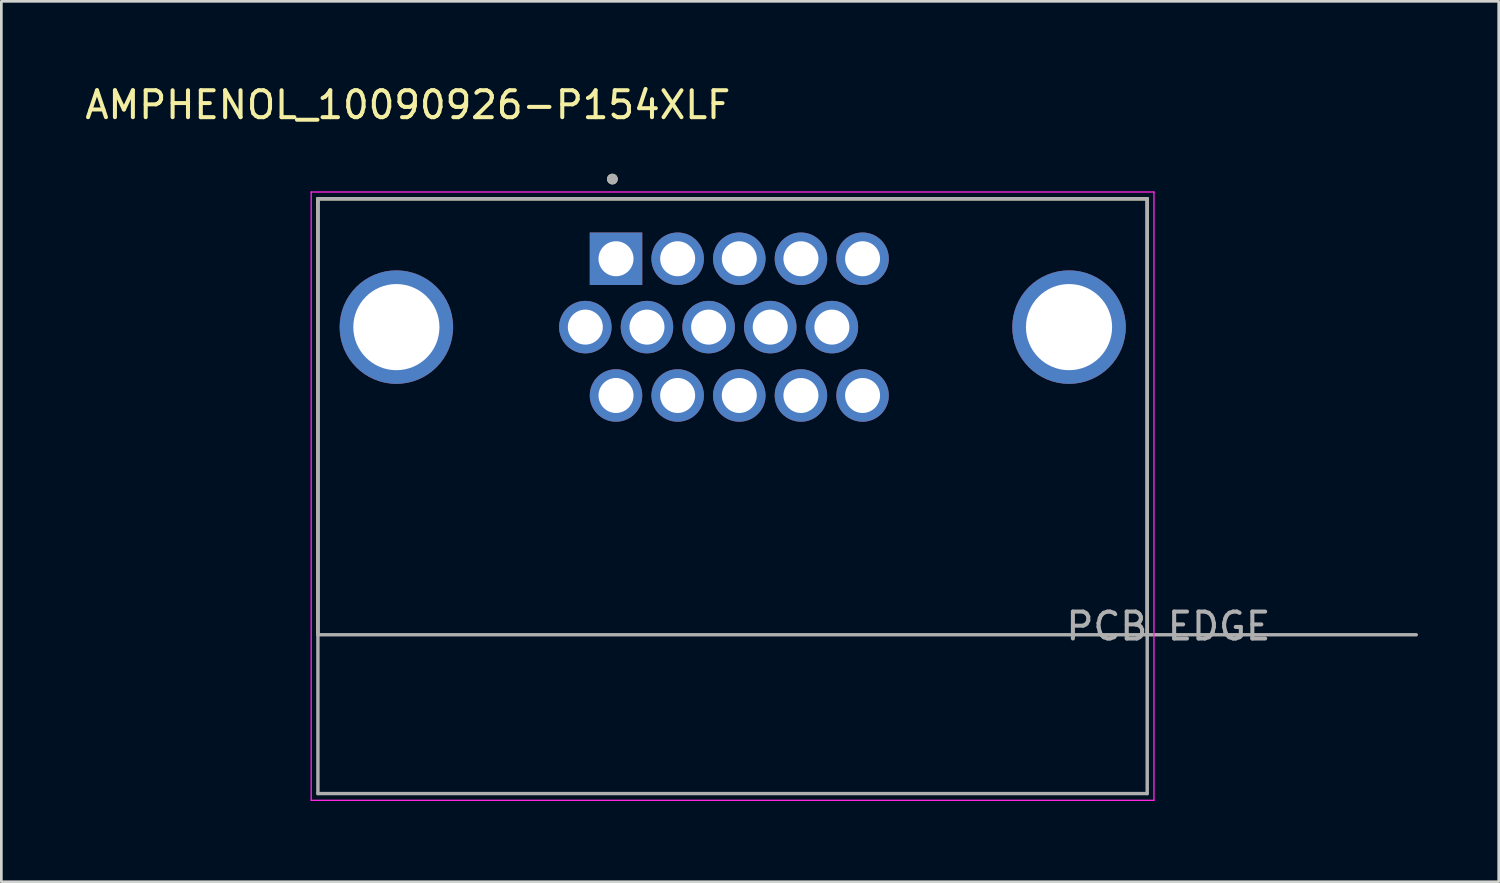
<source format=kicad_pcb>
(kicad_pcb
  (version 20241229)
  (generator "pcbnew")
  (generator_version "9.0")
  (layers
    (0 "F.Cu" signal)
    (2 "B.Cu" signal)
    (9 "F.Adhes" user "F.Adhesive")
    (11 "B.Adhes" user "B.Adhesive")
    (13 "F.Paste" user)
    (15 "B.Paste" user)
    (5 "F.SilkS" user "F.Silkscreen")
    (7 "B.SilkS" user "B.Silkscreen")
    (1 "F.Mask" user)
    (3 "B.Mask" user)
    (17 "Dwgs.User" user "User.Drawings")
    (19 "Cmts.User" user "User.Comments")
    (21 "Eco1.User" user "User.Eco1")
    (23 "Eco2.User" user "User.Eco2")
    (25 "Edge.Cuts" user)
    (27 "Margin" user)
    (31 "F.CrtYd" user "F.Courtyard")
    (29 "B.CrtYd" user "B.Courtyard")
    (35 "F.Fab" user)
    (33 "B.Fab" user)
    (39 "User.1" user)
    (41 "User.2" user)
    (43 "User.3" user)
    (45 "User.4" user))
  (footprint "AMPHENOL_10090926-P154XLF"
    (layer "F.Cu")
    (at 24.166 9.103)
    (property "Reference" "AMPHENOL_10090926-P154XLF" (at -12.065 -8.255 0) (layer "F.SilkS") (effects (font (size 1 1) (thickness 0.15))))
    (attr through_hole)
    (fp_line (start -15.405 -4.77) (end 15.405 -4.77) (stroke (width 0.127) (type solid)) (layer "F.SilkS"))
    (fp_line (start -15.405 11.43) (end -15.405 -4.77) (stroke (width 0.127) (type solid)) (layer "F.SilkS"))
    (fp_line (start 15.405 -4.77) (end 15.405 11.43) (stroke (width 0.127) (type solid)) (layer "F.SilkS"))
    (fp_circle (center -4.465 -5.5) (end -4.365 -5.5) (stroke (width 0.2) (type solid)) (fill no) (layer "F.SilkS"))
    (fp_line (start -15.655 -5.02) (end 15.655 -5.02) (stroke (width 0.05) (type solid)) (layer "F.CrtYd"))
    (fp_line (start -15.655 17.58) (end -15.655 -5.02) (stroke (width 0.05) (type solid)) (layer "F.CrtYd"))
    (fp_line (start 15.655 -5.02) (end 15.655 17.58) (stroke (width 0.05) (type solid)) (layer "F.CrtYd"))
    (fp_line (start 15.655 17.58) (end -15.655 17.58) (stroke (width 0.05) (type solid)) (layer "F.CrtYd"))
    (fp_line (start -15.405 -4.77) (end 15.405 -4.77) (stroke (width 0.127) (type solid)) (layer "F.Fab"))
    (fp_line (start -15.405 11.43) (end -15.405 -4.77) (stroke (width 0.127) (type solid)) (layer "F.Fab"))
    (fp_line (start -15.405 11.43) (end -15.405 17.33) (stroke (width 0.127) (type solid)) (layer "F.Fab"))
    (fp_line (start -15.405 17.33) (end 15.405 17.33) (stroke (width 0.127) (type solid)) (layer "F.Fab"))
    (fp_line (start 15.405 -4.77) (end 15.405 11.43) (stroke (width 0.127) (type solid)) (layer "F.Fab"))
    (fp_line (start 15.405 11.43) (end -15.405 11.43) (stroke (width 0.127) (type solid)) (layer "F.Fab"))
    (fp_line (start 15.405 11.43) (end 25.4 11.43) (stroke (width 0.127) (type solid)) (layer "F.Fab"))
    (fp_line (start 15.405 17.33) (end 15.405 11.43) (stroke (width 0.127) (type solid)) (layer "F.Fab"))
    (fp_circle (center -4.465 -5.5) (end -4.365 -5.5) (stroke (width 0.2) (type solid)) (fill no) (layer "F.Fab"))
    (fp_text user "PCB EDGE" (at 16.192 11.113 0) (layer "F.Fab") (effects (font (size 1 1) (thickness 0.15))))
    (pad "1" thru_hole rect (at -4.33 -2.54) (size 1.95 1.95) (drill 1.3) (layers "*.Cu" "*.Mask"))
    (pad "2" thru_hole circle (at -2.04 -2.54) (size 1.95 1.95) (drill 1.3) (layers "*.Cu" "*.Mask"))
    (pad "3" thru_hole circle (at 0.25 -2.54) (size 1.95 1.95) (drill 1.3) (layers "*.Cu" "*.Mask"))
    (pad "4" thru_hole circle (at 2.54 -2.54) (size 1.95 1.95) (drill 1.3) (layers "*.Cu" "*.Mask"))
    (pad "5" thru_hole circle (at 4.83 -2.54) (size 1.95 1.95) (drill 1.3) (layers "*.Cu" "*.Mask"))
    (pad "6" thru_hole circle (at -5.47 0) (size 1.95 1.95) (drill 1.3) (layers "*.Cu" "*.Mask"))
    (pad "7" thru_hole circle (at -3.18 0) (size 1.95 1.95) (drill 1.3) (layers "*.Cu" "*.Mask"))
    (pad "8" thru_hole circle (at -0.89 0) (size 1.95 1.95) (drill 1.3) (layers "*.Cu" "*.Mask"))
    (pad "9" thru_hole circle (at 1.4 0) (size 1.95 1.95) (drill 1.3) (layers "*.Cu" "*.Mask"))
    (pad "10" thru_hole circle (at 3.69 0) (size 1.95 1.95) (drill 1.3) (layers "*.Cu" "*.Mask"))
    (pad "11" thru_hole circle (at -4.33 2.54) (size 1.95 1.95) (drill 1.3) (layers "*.Cu" "*.Mask"))
    (pad "12" thru_hole circle (at -2.04 2.54) (size 1.95 1.95) (drill 1.3) (layers "*.Cu" "*.Mask"))
    (pad "13" thru_hole circle (at 0.25 2.54) (size 1.95 1.95) (drill 1.3) (layers "*.Cu" "*.Mask"))
    (pad "14" thru_hole circle (at 2.54 2.54) (size 1.95 1.95) (drill 1.3) (layers "*.Cu" "*.Mask"))
    (pad "15" thru_hole circle (at 4.83 2.54) (size 1.95 1.95) (drill 1.3) (layers "*.Cu" "*.Mask"))
    (pad "S1" thru_hole circle (at -12.49 0) (size 4.216 4.216) (drill 3.2) (layers "*.Cu" "*.Mask"))
    (pad "S2" thru_hole circle (at 12.5 0) (size 4.216 4.216) (drill 3.2) (layers "*.Cu" "*.Mask")))
  (gr_rect
    (start -3 -3)
    (end 52.63 29.708)
    (stroke (width 0.1) (type default))
    (fill no)
    (layer "Edge.Cuts")))
</source>
